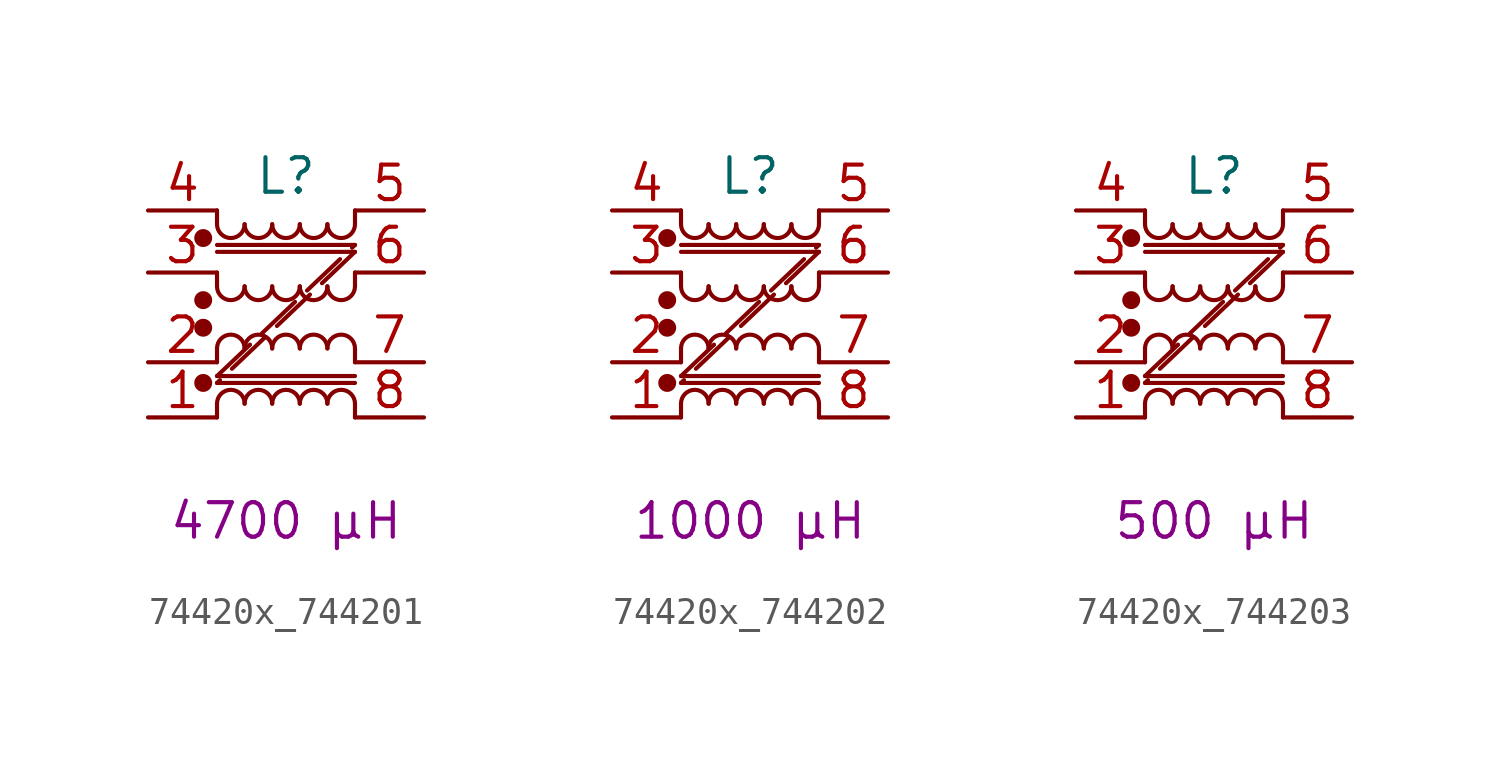
<source format=kicad_sym>
(kicad_symbol_lib
  (version 20220914)
  (generator kicad_symbol_editor)
  (symbol "74420x_744201"
    (pin_names hide)
    (property "Reference" "L"
      (at 0 5.08 0)
      (effects (font (size 1.27 1.27))))
    (property "Critical Parameter" "4700 µH"
      (at 0 -7.62 0)
      (effects (font (size 1.27 1.27))))
    (symbol "74420x_744201_0_1"
      (circle (center -3.048 -2.54) (radius 0.254) (stroke (width 0) (type default)) (fill (type outline)))
      (circle (center -3.048 -0.508) (radius 0.254) (stroke (width 0) (type default)) (fill (type outline)))
      (circle (center -3.048 0.508) (radius 0.254) (stroke (width 0) (type default)) (fill (type outline)))
      (circle (center -3.048 2.794) (radius 0.254) (stroke (width 0) (type default)) (fill (type outline)))
      (arc (start -2.54 1.016) (mid -2.032 0.5102) (end -1.524 1.016) (stroke (width 0) (type default)) (fill (type none)))
      (arc (start -2.54 3.302) (mid -2.032 2.7962) (end -1.524 3.302) (stroke (width 0) (type default)) (fill (type none)))
      (arc (start -1.524 -3.302) (mid -2.032 -2.7962) (end -2.54 -3.302) (stroke (width 0) (type default)) (fill (type none)))
      (arc (start -1.524 -1.27) (mid -2.032 -0.7642) (end -2.54 -1.27) (stroke (width 0) (type default)) (fill (type none)))
      (arc (start -1.524 1.016) (mid -1.016 0.5102) (end -0.508 1.016) (stroke (width 0) (type default)) (fill (type none)))
      (arc (start -1.524 3.302) (mid -1.016 2.7962) (end -0.508 3.302) (stroke (width 0) (type default)) (fill (type none)))
      (arc (start -0.508 -3.302) (mid -1.016 -2.7962) (end -1.524 -3.302) (stroke (width 0) (type default)) (fill (type none)))
      (arc (start -0.508 -1.27) (mid -1.016 -0.7642) (end -1.524 -1.27) (stroke (width 0) (type default)) (fill (type none)))
      (arc (start -0.508 1.016) (mid 0 0.5102) (end 0.508 1.016) (stroke (width 0) (type default)) (fill (type none)))
      (arc (start -0.508 3.302) (mid 0 2.7962) (end 0.508 3.302) (stroke (width 0) (type default)) (fill (type none)))
      (polyline (pts (xy -2.54 -3.302) (xy -2.54 -3.81)) (stroke (width 0) (type default)) (fill (type none)))
      (polyline (pts (xy -2.54 -2.286) (xy 2.54 -2.286)) (stroke (width 0) (type default)) (fill (type none)))
      (polyline (pts (xy -2.54 -1.27) (xy -2.54 -1.778)) (stroke (width 0) (type default)) (fill (type none)))
      (polyline (pts (xy -2.54 1.016) (xy -2.54 1.524)) (stroke (width 0) (type default)) (fill (type none)))
      (polyline (pts (xy -2.54 2.54) (xy 2.54 2.54)) (stroke (width 0) (type default)) (fill (type none)))
      (polyline (pts (xy -2.54 3.302) (xy -2.54 3.81)) (stroke (width 0) (type default)) (fill (type none)))
      (polyline (pts (xy 2.54 -3.302) (xy 2.54 -3.81)) (stroke (width 0) (type default)) (fill (type none)))
      (polyline (pts (xy 2.54 -2.54) (xy -2.54 -2.54)) (stroke (width 0) (type default)) (fill (type none)))
      (polyline (pts (xy 2.54 -1.27) (xy 2.54 -1.778)) (stroke (width 0) (type default)) (fill (type none)))
      (polyline (pts (xy 2.54 1.524) (xy 2.54 1.016)) (stroke (width 0) (type default)) (fill (type none)))
      (polyline (pts (xy 2.54 2.286) (xy -2.54 2.286)) (stroke (width 0) (type default)) (fill (type none)))
      (polyline (pts (xy 2.54 3.81) (xy 2.54 3.302)) (stroke (width 0) (type default)) (fill (type none)))
      (arc (start 0.508 -3.302) (mid 0 -2.7962) (end -0.508 -3.302) (stroke (width 0) (type default)) (fill (type none)))
      (arc (start 0.508 -1.27) (mid 0 -0.7642) (end -0.508 -1.27) (stroke (width 0) (type default)) (fill (type none)))
      (arc (start 0.508 1.016) (mid 1.016 0.5102) (end 1.524 1.016) (stroke (width 0) (type default)) (fill (type none)))
      (arc (start 0.508 3.302) (mid 1.016 2.7962) (end 1.524 3.302) (stroke (width 0) (type default)) (fill (type none)))
      (arc (start 1.524 -3.302) (mid 1.016 -2.7962) (end 0.508 -3.302) (stroke (width 0) (type default)) (fill (type none)))
      (arc (start 1.524 -1.27) (mid 1.016 -0.7642) (end 0.508 -1.27) (stroke (width 0) (type default)) (fill (type none)))
      (arc (start 1.524 1.016) (mid 2.032 0.5102) (end 2.54 1.016) (stroke (width 0) (type default)) (fill (type none)))
      (arc (start 1.524 3.302) (mid 2.032 2.7962) (end 2.54 3.302) (stroke (width 0) (type default)) (fill (type none)))
      (arc (start 2.54 -3.302) (mid 2.032 -2.7962) (end 1.524 -3.302) (stroke (width 0) (type default)) (fill (type none)))
      (arc (start 2.54 -1.27) (mid 2.032 -0.7642) (end 1.524 -1.27) (stroke (width 0) (type default)) (fill (type none))))
    (symbol "74420x_744201_1_1"
      (polyline (pts (xy -2.54 -2.286) (xy 2.54 2.54)) (stroke (width 0) (type dash)) (fill (type none)))
      (polyline (pts (xy 2.54 2.286) (xy -2.54 -2.54)) (stroke (width 0) (type dash)) (fill (type none)))
      (pin passive line (at -5.08 -3.81 0) (length 2.54) (name "1" (effects (font (size 1.27 1.27)))) (number "1" (effects (font (size 1.27 1.27)))))
      (pin passive line (at -5.08 -1.778 0) (length 2.54) (name "2" (effects (font (size 1.27 1.27)))) (number "2" (effects (font (size 1.27 1.27)))))
      (pin passive line (at -5.08 1.524 0) (length 2.54) (name "3" (effects (font (size 1.27 1.27)))) (number "3" (effects (font (size 1.27 1.27)))))
      (pin passive line (at -5.08 3.81 0) (length 2.54) (name "4" (effects (font (size 1.27 1.27)))) (number "4" (effects (font (size 1.27 1.27)))))
      (pin passive line (at 5.08 3.81 180) (length 2.54) (name "5" (effects (font (size 1.27 1.27)))) (number "5" (effects (font (size 1.27 1.27)))))
      (pin passive line (at 5.08 1.524 180) (length 2.54) (name "6" (effects (font (size 1.27 1.27)))) (number "6" (effects (font (size 1.27 1.27)))))
      (pin passive line (at 5.08 -1.778 180) (length 2.54) (name "7" (effects (font (size 1.27 1.27)))) (number "7" (effects (font (size 1.27 1.27)))))
      (pin passive line (at 5.08 -3.81 180) (length 2.54) (name "8" (effects (font (size 1.27 1.27)))) (number "8" (effects (font (size 1.27 1.27)))))))
  (symbol "74420x_744202"
    (pin_names hide)
    (property "Reference" "L"
      (at 0 5.08 0)
      (effects (font (size 1.27 1.27))))
    (property "Critical Parameter" "1000 µH"
      (at 0 -7.62 0)
      (effects (font (size 1.27 1.27))))
    (symbol "74420x_744202_0_1"
      (circle (center -3.048 -2.54) (radius 0.254) (stroke (width 0) (type default)) (fill (type outline)))
      (circle (center -3.048 -0.508) (radius 0.254) (stroke (width 0) (type default)) (fill (type outline)))
      (circle (center -3.048 0.508) (radius 0.254) (stroke (width 0) (type default)) (fill (type outline)))
      (circle (center -3.048 2.794) (radius 0.254) (stroke (width 0) (type default)) (fill (type outline)))
      (arc (start -2.54 1.016) (mid -2.032 0.5102) (end -1.524 1.016) (stroke (width 0) (type default)) (fill (type none)))
      (arc (start -2.54 3.302) (mid -2.032 2.7962) (end -1.524 3.302) (stroke (width 0) (type default)) (fill (type none)))
      (arc (start -1.524 -3.302) (mid -2.032 -2.7962) (end -2.54 -3.302) (stroke (width 0) (type default)) (fill (type none)))
      (arc (start -1.524 -1.27) (mid -2.032 -0.7642) (end -2.54 -1.27) (stroke (width 0) (type default)) (fill (type none)))
      (arc (start -1.524 1.016) (mid -1.016 0.5102) (end -0.508 1.016) (stroke (width 0) (type default)) (fill (type none)))
      (arc (start -1.524 3.302) (mid -1.016 2.7962) (end -0.508 3.302) (stroke (width 0) (type default)) (fill (type none)))
      (arc (start -0.508 -3.302) (mid -1.016 -2.7962) (end -1.524 -3.302) (stroke (width 0) (type default)) (fill (type none)))
      (arc (start -0.508 -1.27) (mid -1.016 -0.7642) (end -1.524 -1.27) (stroke (width 0) (type default)) (fill (type none)))
      (arc (start -0.508 1.016) (mid 0 0.5102) (end 0.508 1.016) (stroke (width 0) (type default)) (fill (type none)))
      (arc (start -0.508 3.302) (mid 0 2.7962) (end 0.508 3.302) (stroke (width 0) (type default)) (fill (type none)))
      (polyline (pts (xy -2.54 -3.302) (xy -2.54 -3.81)) (stroke (width 0) (type default)) (fill (type none)))
      (polyline (pts (xy -2.54 -2.286) (xy 2.54 -2.286)) (stroke (width 0) (type default)) (fill (type none)))
      (polyline (pts (xy -2.54 -1.27) (xy -2.54 -1.778)) (stroke (width 0) (type default)) (fill (type none)))
      (polyline (pts (xy -2.54 1.016) (xy -2.54 1.524)) (stroke (width 0) (type default)) (fill (type none)))
      (polyline (pts (xy -2.54 2.54) (xy 2.54 2.54)) (stroke (width 0) (type default)) (fill (type none)))
      (polyline (pts (xy -2.54 3.302) (xy -2.54 3.81)) (stroke (width 0) (type default)) (fill (type none)))
      (polyline (pts (xy 2.54 -3.302) (xy 2.54 -3.81)) (stroke (width 0) (type default)) (fill (type none)))
      (polyline (pts (xy 2.54 -2.54) (xy -2.54 -2.54)) (stroke (width 0) (type default)) (fill (type none)))
      (polyline (pts (xy 2.54 -1.27) (xy 2.54 -1.778)) (stroke (width 0) (type default)) (fill (type none)))
      (polyline (pts (xy 2.54 1.524) (xy 2.54 1.016)) (stroke (width 0) (type default)) (fill (type none)))
      (polyline (pts (xy 2.54 2.286) (xy -2.54 2.286)) (stroke (width 0) (type default)) (fill (type none)))
      (polyline (pts (xy 2.54 3.81) (xy 2.54 3.302)) (stroke (width 0) (type default)) (fill (type none)))
      (arc (start 0.508 -3.302) (mid 0 -2.7962) (end -0.508 -3.302) (stroke (width 0) (type default)) (fill (type none)))
      (arc (start 0.508 -1.27) (mid 0 -0.7642) (end -0.508 -1.27) (stroke (width 0) (type default)) (fill (type none)))
      (arc (start 0.508 1.016) (mid 1.016 0.5102) (end 1.524 1.016) (stroke (width 0) (type default)) (fill (type none)))
      (arc (start 0.508 3.302) (mid 1.016 2.7962) (end 1.524 3.302) (stroke (width 0) (type default)) (fill (type none)))
      (arc (start 1.524 -3.302) (mid 1.016 -2.7962) (end 0.508 -3.302) (stroke (width 0) (type default)) (fill (type none)))
      (arc (start 1.524 -1.27) (mid 1.016 -0.7642) (end 0.508 -1.27) (stroke (width 0) (type default)) (fill (type none)))
      (arc (start 1.524 1.016) (mid 2.032 0.5102) (end 2.54 1.016) (stroke (width 0) (type default)) (fill (type none)))
      (arc (start 1.524 3.302) (mid 2.032 2.7962) (end 2.54 3.302) (stroke (width 0) (type default)) (fill (type none)))
      (arc (start 2.54 -3.302) (mid 2.032 -2.7962) (end 1.524 -3.302) (stroke (width 0) (type default)) (fill (type none)))
      (arc (start 2.54 -1.27) (mid 2.032 -0.7642) (end 1.524 -1.27) (stroke (width 0) (type default)) (fill (type none))))
    (symbol "74420x_744202_1_1"
      (polyline (pts (xy -2.54 -2.286) (xy 2.54 2.54)) (stroke (width 0) (type dash)) (fill (type none)))
      (polyline (pts (xy 2.54 2.286) (xy -2.54 -2.54)) (stroke (width 0) (type dash)) (fill (type none)))
      (pin passive line (at -5.08 -3.81 0) (length 2.54) (name "1" (effects (font (size 1.27 1.27)))) (number "1" (effects (font (size 1.27 1.27)))))
      (pin passive line (at -5.08 -1.778 0) (length 2.54) (name "2" (effects (font (size 1.27 1.27)))) (number "2" (effects (font (size 1.27 1.27)))))
      (pin passive line (at -5.08 1.524 0) (length 2.54) (name "3" (effects (font (size 1.27 1.27)))) (number "3" (effects (font (size 1.27 1.27)))))
      (pin passive line (at -5.08 3.81 0) (length 2.54) (name "4" (effects (font (size 1.27 1.27)))) (number "4" (effects (font (size 1.27 1.27)))))
      (pin passive line (at 5.08 3.81 180) (length 2.54) (name "5" (effects (font (size 1.27 1.27)))) (number "5" (effects (font (size 1.27 1.27)))))
      (pin passive line (at 5.08 1.524 180) (length 2.54) (name "6" (effects (font (size 1.27 1.27)))) (number "6" (effects (font (size 1.27 1.27)))))
      (pin passive line (at 5.08 -1.778 180) (length 2.54) (name "7" (effects (font (size 1.27 1.27)))) (number "7" (effects (font (size 1.27 1.27)))))
      (pin passive line (at 5.08 -3.81 180) (length 2.54) (name "8" (effects (font (size 1.27 1.27)))) (number "8" (effects (font (size 1.27 1.27)))))))
  (symbol "74420x_744203"
    (pin_names hide)
    (property "Reference" "L"
      (at 0 5.08 0)
      (effects (font (size 1.27 1.27))))
    (property "Critical Parameter" "500 µH"
      (at 0 -7.62 0)
      (effects (font (size 1.27 1.27))))
    (symbol "74420x_744203_0_1"
      (circle (center -3.048 -2.54) (radius 0.254) (stroke (width 0) (type default)) (fill (type outline)))
      (circle (center -3.048 -0.508) (radius 0.254) (stroke (width 0) (type default)) (fill (type outline)))
      (circle (center -3.048 0.508) (radius 0.254) (stroke (width 0) (type default)) (fill (type outline)))
      (circle (center -3.048 2.794) (radius 0.254) (stroke (width 0) (type default)) (fill (type outline)))
      (arc (start -2.54 1.016) (mid -2.032 0.5102) (end -1.524 1.016) (stroke (width 0) (type default)) (fill (type none)))
      (arc (start -2.54 3.302) (mid -2.032 2.7962) (end -1.524 3.302) (stroke (width 0) (type default)) (fill (type none)))
      (arc (start -1.524 -3.302) (mid -2.032 -2.7962) (end -2.54 -3.302) (stroke (width 0) (type default)) (fill (type none)))
      (arc (start -1.524 -1.27) (mid -2.032 -0.7642) (end -2.54 -1.27) (stroke (width 0) (type default)) (fill (type none)))
      (arc (start -1.524 1.016) (mid -1.016 0.5102) (end -0.508 1.016) (stroke (width 0) (type default)) (fill (type none)))
      (arc (start -1.524 3.302) (mid -1.016 2.7962) (end -0.508 3.302) (stroke (width 0) (type default)) (fill (type none)))
      (arc (start -0.508 -3.302) (mid -1.016 -2.7962) (end -1.524 -3.302) (stroke (width 0) (type default)) (fill (type none)))
      (arc (start -0.508 -1.27) (mid -1.016 -0.7642) (end -1.524 -1.27) (stroke (width 0) (type default)) (fill (type none)))
      (arc (start -0.508 1.016) (mid 0 0.5102) (end 0.508 1.016) (stroke (width 0) (type default)) (fill (type none)))
      (arc (start -0.508 3.302) (mid 0 2.7962) (end 0.508 3.302) (stroke (width 0) (type default)) (fill (type none)))
      (polyline (pts (xy -2.54 -3.302) (xy -2.54 -3.81)) (stroke (width 0) (type default)) (fill (type none)))
      (polyline (pts (xy -2.54 -2.286) (xy 2.54 -2.286)) (stroke (width 0) (type default)) (fill (type none)))
      (polyline (pts (xy -2.54 -1.27) (xy -2.54 -1.778)) (stroke (width 0) (type default)) (fill (type none)))
      (polyline (pts (xy -2.54 1.016) (xy -2.54 1.524)) (stroke (width 0) (type default)) (fill (type none)))
      (polyline (pts (xy -2.54 2.54) (xy 2.54 2.54)) (stroke (width 0) (type default)) (fill (type none)))
      (polyline (pts (xy -2.54 3.302) (xy -2.54 3.81)) (stroke (width 0) (type default)) (fill (type none)))
      (polyline (pts (xy 2.54 -3.302) (xy 2.54 -3.81)) (stroke (width 0) (type default)) (fill (type none)))
      (polyline (pts (xy 2.54 -2.54) (xy -2.54 -2.54)) (stroke (width 0) (type default)) (fill (type none)))
      (polyline (pts (xy 2.54 -1.27) (xy 2.54 -1.778)) (stroke (width 0) (type default)) (fill (type none)))
      (polyline (pts (xy 2.54 1.524) (xy 2.54 1.016)) (stroke (width 0) (type default)) (fill (type none)))
      (polyline (pts (xy 2.54 2.286) (xy -2.54 2.286)) (stroke (width 0) (type default)) (fill (type none)))
      (polyline (pts (xy 2.54 3.81) (xy 2.54 3.302)) (stroke (width 0) (type default)) (fill (type none)))
      (arc (start 0.508 -3.302) (mid 0 -2.7962) (end -0.508 -3.302) (stroke (width 0) (type default)) (fill (type none)))
      (arc (start 0.508 -1.27) (mid 0 -0.7642) (end -0.508 -1.27) (stroke (width 0) (type default)) (fill (type none)))
      (arc (start 0.508 1.016) (mid 1.016 0.5102) (end 1.524 1.016) (stroke (width 0) (type default)) (fill (type none)))
      (arc (start 0.508 3.302) (mid 1.016 2.7962) (end 1.524 3.302) (stroke (width 0) (type default)) (fill (type none)))
      (arc (start 1.524 -3.302) (mid 1.016 -2.7962) (end 0.508 -3.302) (stroke (width 0) (type default)) (fill (type none)))
      (arc (start 1.524 -1.27) (mid 1.016 -0.7642) (end 0.508 -1.27) (stroke (width 0) (type default)) (fill (type none)))
      (arc (start 1.524 1.016) (mid 2.032 0.5102) (end 2.54 1.016) (stroke (width 0) (type default)) (fill (type none)))
      (arc (start 1.524 3.302) (mid 2.032 2.7962) (end 2.54 3.302) (stroke (width 0) (type default)) (fill (type none)))
      (arc (start 2.54 -3.302) (mid 2.032 -2.7962) (end 1.524 -3.302) (stroke (width 0) (type default)) (fill (type none)))
      (arc (start 2.54 -1.27) (mid 2.032 -0.7642) (end 1.524 -1.27) (stroke (width 0) (type default)) (fill (type none))))
    (symbol "74420x_744203_1_1"
      (polyline (pts (xy -2.54 -2.286) (xy 2.54 2.54)) (stroke (width 0) (type dash)) (fill (type none)))
      (polyline (pts (xy 2.54 2.286) (xy -2.54 -2.54)) (stroke (width 0) (type dash)) (fill (type none)))
      (pin passive line (at -5.08 -3.81 0) (length 2.54) (name "1" (effects (font (size 1.27 1.27)))) (number "1" (effects (font (size 1.27 1.27)))))
      (pin passive line (at -5.08 -1.778 0) (length 2.54) (name "2" (effects (font (size 1.27 1.27)))) (number "2" (effects (font (size 1.27 1.27)))))
      (pin passive line (at -5.08 1.524 0) (length 2.54) (name "3" (effects (font (size 1.27 1.27)))) (number "3" (effects (font (size 1.27 1.27)))))
      (pin passive line (at -5.08 3.81 0) (length 2.54) (name "4" (effects (font (size 1.27 1.27)))) (number "4" (effects (font (size 1.27 1.27)))))
      (pin passive line (at 5.08 3.81 180) (length 2.54) (name "5" (effects (font (size 1.27 1.27)))) (number "5" (effects (font (size 1.27 1.27)))))
      (pin passive line (at 5.08 1.524 180) (length 2.54) (name "6" (effects (font (size 1.27 1.27)))) (number "6" (effects (font (size 1.27 1.27)))))
      (pin passive line (at 5.08 -1.778 180) (length 2.54) (name "7" (effects (font (size 1.27 1.27)))) (number "7" (effects (font (size 1.27 1.27)))))
      (pin passive line (at 5.08 -3.81 180) (length 2.54) (name "8" (effects (font (size 1.27 1.27)))) (number "8" (effects (font (size 1.27 1.27))))))))
</source>
